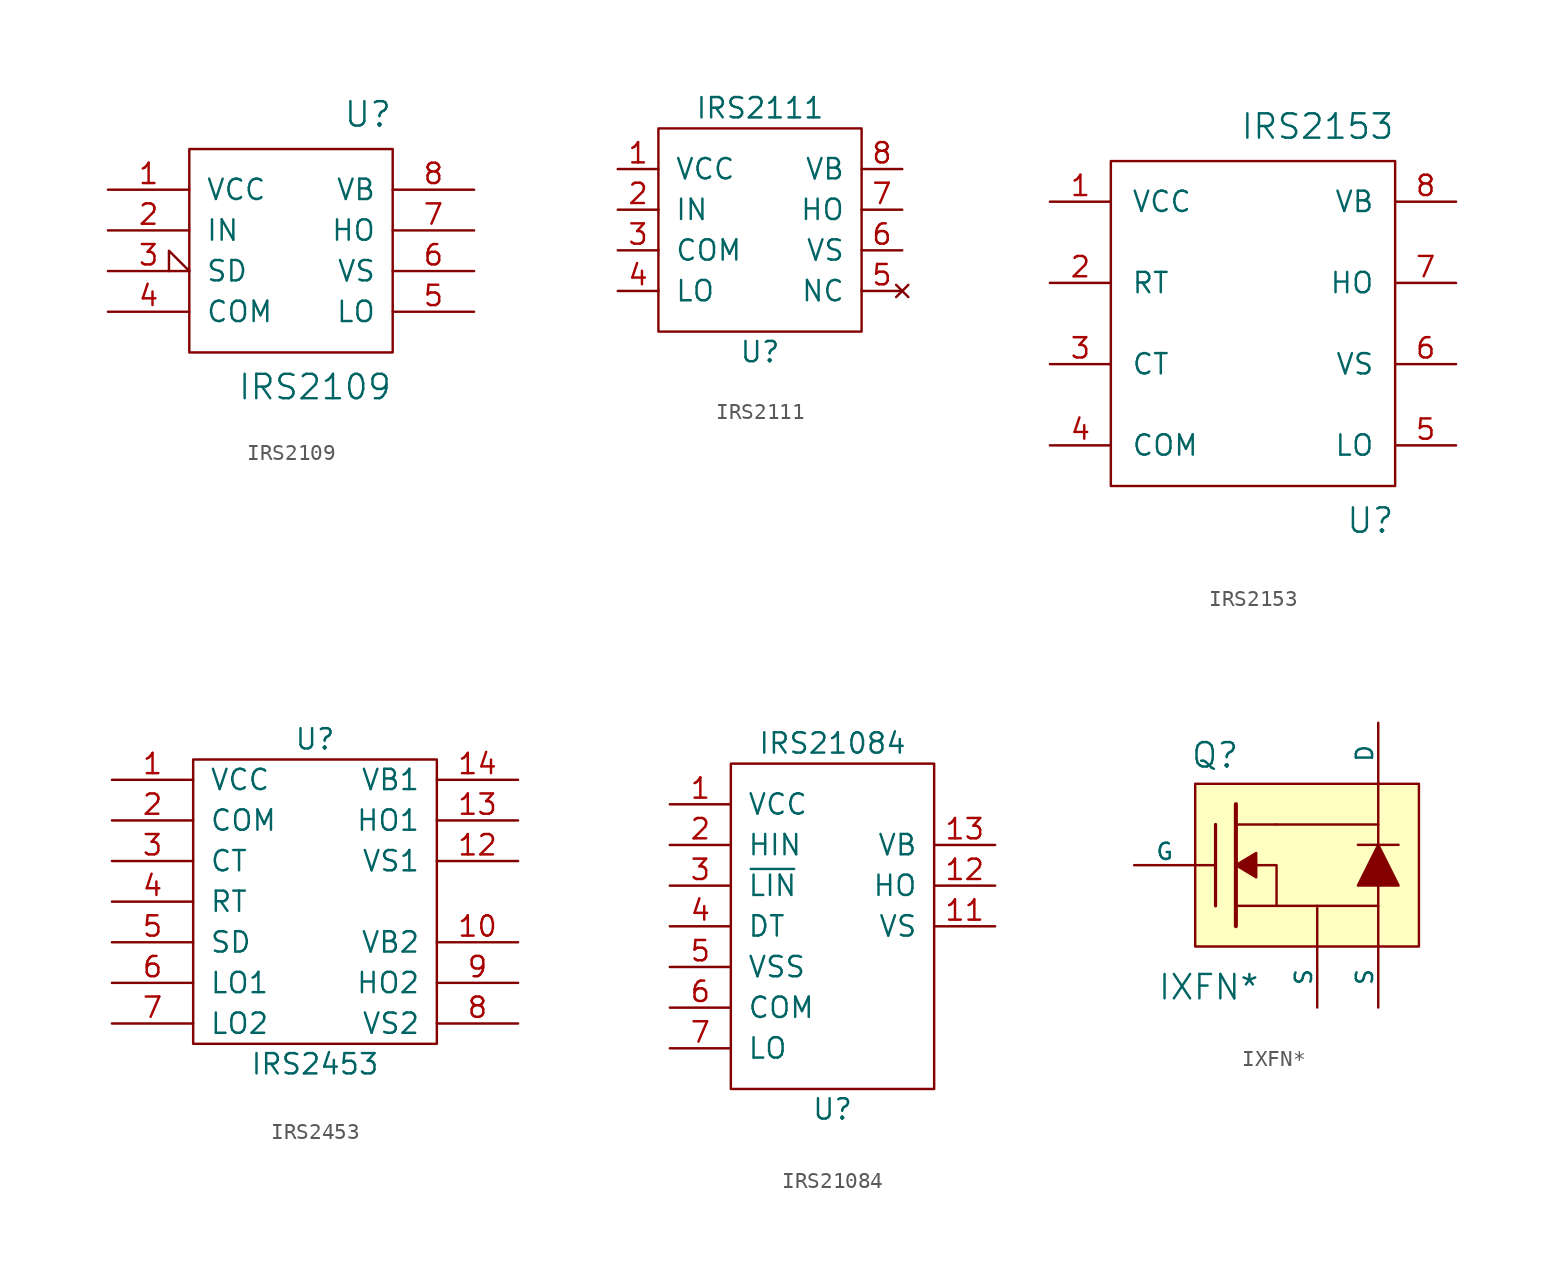
<source format=kicad_sym>
(kicad_symbol_lib
  (version 20211014)
  (generator kicad_symbol_editor)
  (symbol "IRS2109"
    (pin_names
      (offset 1.016))
    (property "Reference" "U"
      (at 6.35 7.62 0)
      (effects (font (size 1.524 1.524)) (justify right bottom)))
    (property "Value" "IRS2109"
      (at 6.35 -7.62 0)
      (effects (font (size 1.524 1.524)) (justify right top)))
    (property "Footprint" ""
      (at 0 -1.27 0)
      (effects (font (size 1.524 1.524))))
    (property "Datasheet" ""
      (at 0 -1.27 0)
      (effects (font (size 1.524 1.524))))
    (symbol "IRS2109_0_1"
      (rectangle (start -6.35 6.35) (end 6.35 -6.35) (stroke (width 0) (type default) (color 0 0 0 0)) (fill (type none))))
    (symbol "IRS2109_1_1"
      (pin power_in line (at -11.43 3.81 0) (length 5.08) (name "VCC" (effects (font (size 1.27 1.27)))) (number "1" (effects (font (size 1.27 1.27)))))
      (pin input line (at -11.43 1.27 0) (length 5.08) (name "IN" (effects (font (size 1.27 1.27)))) (number "2" (effects (font (size 1.27 1.27)))))
      (pin input input_low (at -11.43 -1.27 0) (length 5.08) (name "SD" (effects (font (size 1.27 1.27)))) (number "3" (effects (font (size 1.27 1.27)))))
      (pin power_in line (at -11.43 -3.81 0) (length 5.08) (name "COM" (effects (font (size 1.27 1.27)))) (number "4" (effects (font (size 1.27 1.27)))))
      (pin output line (at 11.43 -3.81 180) (length 5.08) (name "LO" (effects (font (size 1.27 1.27)))) (number "5" (effects (font (size 1.27 1.27)))))
      (pin power_in line (at 11.43 -1.27 180) (length 5.08) (name "VS" (effects (font (size 1.27 1.27)))) (number "6" (effects (font (size 1.27 1.27)))))
      (pin output line (at 11.43 1.27 180) (length 5.08) (name "HO" (effects (font (size 1.27 1.27)))) (number "7" (effects (font (size 1.27 1.27)))))
      (pin power_in line (at 11.43 3.81 180) (length 5.08) (name "VB" (effects (font (size 1.27 1.27)))) (number "8" (effects (font (size 1.27 1.27)))))))
  (symbol "IRS2111"
    (pin_names
      (offset 1.016))
    (property "Reference" "U"
      (at 0 -6.35 0)
      (effects (font (size 1.27 1.27))))
    (property "Value" "IRS2111"
      (at 0 8.89 0)
      (effects (font (size 1.27 1.27))))
    (symbol "IRS2111_0_1"
      (rectangle (start -6.35 7.62) (end 6.35 -5.08) (stroke (width 0) (type default) (color 0 0 0 0)) (fill (type none))))
    (symbol "IRS2111_1_1"
      (pin power_in line (at -8.89 5.08 0) (length 2.54) (name "VCC" (effects (font (size 1.27 1.27)))) (number "1" (effects (font (size 1.27 1.27)))))
      (pin input line (at -8.89 2.54 0) (length 2.54) (name "IN" (effects (font (size 1.27 1.27)))) (number "2" (effects (font (size 1.27 1.27)))))
      (pin power_out line (at -8.89 0 0) (length 2.54) (name "COM" (effects (font (size 1.27 1.27)))) (number "3" (effects (font (size 1.27 1.27)))))
      (pin output line (at -8.89 -2.54 0) (length 2.54) (name "LO" (effects (font (size 1.27 1.27)))) (number "4" (effects (font (size 1.27 1.27)))))
      (pin no_connect line (at 8.89 -2.54 180) (length 2.54) (name "NC" (effects (font (size 1.27 1.27)))) (number "5" (effects (font (size 1.27 1.27)))))
      (pin power_out line (at 8.89 0 180) (length 2.54) (name "VS" (effects (font (size 1.27 1.27)))) (number "6" (effects (font (size 1.27 1.27)))))
      (pin output line (at 8.89 2.54 180) (length 2.54) (name "HO" (effects (font (size 1.27 1.27)))) (number "7" (effects (font (size 1.27 1.27)))))
      (pin power_in line (at 8.89 5.08 180) (length 2.54) (name "VB" (effects (font (size 1.27 1.27)))) (number "8" (effects (font (size 1.27 1.27)))))))
  (symbol "IRS2153"
    (pin_names
      (offset 1.27))
    (property "Reference" "U"
      (at 8.89 -11.43 0)
      (effects (font (size 1.524 1.524)) (justify right top)))
    (property "Value" "IRS2153"
      (at 8.89 11.43 0)
      (effects (font (size 1.524 1.524)) (justify right bottom)))
    (property "Footprint" ""
      (at 0 0 0)
      (effects (font (size 1.524 1.524))))
    (property "Datasheet" ""
      (at 0 0 0)
      (effects (font (size 1.524 1.524))))
    (symbol "IRS2153_0_1"
      (rectangle (start -8.89 -10.16) (end 8.89 10.16) (stroke (width 0) (type default) (color 0 0 0 0)) (fill (type none))))
    (symbol "IRS2153_1_1"
      (pin power_in line (at -12.7 7.62 0) (length 3.81) (name "VCC" (effects (font (size 1.27 1.27)))) (number "1" (effects (font (size 1.27 1.27)))))
      (pin output line (at -12.7 2.54 0) (length 3.81) (name "RT" (effects (font (size 1.27 1.27)))) (number "2" (effects (font (size 1.27 1.27)))))
      (pin input line (at -12.7 -2.54 0) (length 3.81) (name "CT" (effects (font (size 1.27 1.27)))) (number "3" (effects (font (size 1.27 1.27)))))
      (pin power_out line (at -12.7 -7.62 0) (length 3.81) (name "COM" (effects (font (size 1.27 1.27)))) (number "4" (effects (font (size 1.27 1.27)))))
      (pin output line (at 12.7 -7.62 180) (length 3.81) (name "LO" (effects (font (size 1.27 1.27)))) (number "5" (effects (font (size 1.27 1.27)))))
      (pin power_in line (at 12.7 -2.54 180) (length 3.81) (name "VS" (effects (font (size 1.27 1.27)))) (number "6" (effects (font (size 1.27 1.27)))))
      (pin output line (at 12.7 2.54 180) (length 3.81) (name "HO" (effects (font (size 1.27 1.27)))) (number "7" (effects (font (size 1.27 1.27)))))
      (pin power_in line (at 12.7 7.62 180) (length 3.81) (name "VB" (effects (font (size 1.27 1.27)))) (number "8" (effects (font (size 1.27 1.27)))))))
  (symbol "IRS2453"
    (pin_names
      (offset 1.016))
    (property "Reference" "U"
      (at 0 10.16 0)
      (effects (font (size 1.27 1.27))))
    (property "Value" "IRS2453"
      (at 0 -10.16 0)
      (effects (font (size 1.27 1.27))))
    (symbol "IRS2453_0_1"
      (rectangle (start -7.62 8.89) (end 7.62 -8.89) (stroke (width 0) (type default) (color 0 0 0 0)) (fill (type none))))
    (symbol "IRS2453_1_1"
      (pin power_in line (at -12.7 7.62 0) (length 5.08) (name "VCC" (effects (font (size 1.27 1.27)))) (number "1" (effects (font (size 1.27 1.27)))))
      (pin power_in line (at 12.7 -2.54 180) (length 5.08) (name "VB2" (effects (font (size 1.27 1.27)))) (number "10" (effects (font (size 1.27 1.27)))))
      (pin no_connect line (at 12.7 0 180) (length 5.08) hide (name "NC" (effects (font (size 1.27 1.27)))) (number "11" (effects (font (size 1.27 1.27)))))
      (pin bidirectional line (at 12.7 2.54 180) (length 5.08) (name "VS1" (effects (font (size 1.27 1.27)))) (number "12" (effects (font (size 1.27 1.27)))))
      (pin output line (at 12.7 5.08 180) (length 5.08) (name "HO1" (effects (font (size 1.27 1.27)))) (number "13" (effects (font (size 1.27 1.27)))))
      (pin power_in line (at 12.7 7.62 180) (length 5.08) (name "VB1" (effects (font (size 1.27 1.27)))) (number "14" (effects (font (size 1.27 1.27)))))
      (pin power_out line (at -12.7 5.08 0) (length 5.08) (name "COM" (effects (font (size 1.27 1.27)))) (number "2" (effects (font (size 1.27 1.27)))))
      (pin input line (at -12.7 2.54 0) (length 5.08) (name "CT" (effects (font (size 1.27 1.27)))) (number "3" (effects (font (size 1.27 1.27)))))
      (pin input line (at -12.7 0 0) (length 5.08) (name "RT" (effects (font (size 1.27 1.27)))) (number "4" (effects (font (size 1.27 1.27)))))
      (pin input line (at -12.7 -2.54 0) (length 5.08) (name "SD" (effects (font (size 1.27 1.27)))) (number "5" (effects (font (size 1.27 1.27)))))
      (pin output line (at -12.7 -5.08 0) (length 5.08) (name "LO1" (effects (font (size 1.27 1.27)))) (number "6" (effects (font (size 1.27 1.27)))))
      (pin output line (at -12.7 -7.62 0) (length 5.08) (name "LO2" (effects (font (size 1.27 1.27)))) (number "7" (effects (font (size 1.27 1.27)))))
      (pin bidirectional line (at 12.7 -7.62 180) (length 5.08) (name "VS2" (effects (font (size 1.27 1.27)))) (number "8" (effects (font (size 1.27 1.27)))))
      (pin output line (at 12.7 -5.08 180) (length 5.08) (name "HO2" (effects (font (size 1.27 1.27)))) (number "9" (effects (font (size 1.27 1.27)))))))
  (symbol "IRS21084"
    (pin_names
      (offset 1.016))
    (property "Reference" "U"
      (at 0 -11.43 0)
      (effects (font (size 1.27 1.27))))
    (property "Value" "IRS21084"
      (at 0 11.43 0)
      (effects (font (size 1.27 1.27))))
    (symbol "IRS21084_0_1"
      (rectangle (start -6.35 10.16) (end 6.35 -10.16) (stroke (width 0) (type default) (color 0 0 0 0)) (fill (type none))))
    (symbol "IRS21084_1_1"
      (pin power_in line (at -10.16 7.62 0) (length 3.81) (name "VCC" (effects (font (size 1.27 1.27)))) (number "1" (effects (font (size 1.27 1.27)))))
      (pin no_connect line (at 10.16 -2.54 180) (length 3.81) hide (name "NC" (effects (font (size 1.27 1.27)))) (number "10" (effects (font (size 1.27 1.27)))))
      (pin power_out line (at 10.16 0 180) (length 3.81) (name "VS" (effects (font (size 1.27 1.27)))) (number "11" (effects (font (size 1.27 1.27)))))
      (pin output line (at 10.16 2.54 180) (length 3.81) (name "HO" (effects (font (size 1.27 1.27)))) (number "12" (effects (font (size 1.27 1.27)))))
      (pin power_in line (at 10.16 5.08 180) (length 3.81) (name "VB" (effects (font (size 1.27 1.27)))) (number "13" (effects (font (size 1.27 1.27)))))
      (pin no_connect line (at 10.16 7.62 180) (length 3.81) hide (name "NC" (effects (font (size 1.27 1.27)))) (number "14" (effects (font (size 1.27 1.27)))))
      (pin input line (at -10.16 5.08 0) (length 3.81) (name "HIN" (effects (font (size 1.27 1.27)))) (number "2" (effects (font (size 1.27 1.27)))))
      (pin input line (at -10.16 2.54 0) (length 3.81) (name "~{LIN}" (effects (font (size 1.27 1.27)))) (number "3" (effects (font (size 1.27 1.27)))))
      (pin input line (at -10.16 0 0) (length 3.81) (name "DT" (effects (font (size 1.27 1.27)))) (number "4" (effects (font (size 1.27 1.27)))))
      (pin power_out line (at -10.16 -2.54 0) (length 3.81) (name "VSS" (effects (font (size 1.27 1.27)))) (number "5" (effects (font (size 1.27 1.27)))))
      (pin power_out line (at -10.16 -5.08 0) (length 3.81) (name "COM" (effects (font (size 1.27 1.27)))) (number "6" (effects (font (size 1.27 1.27)))))
      (pin output line (at -10.16 -7.62 0) (length 3.81) (name "LO" (effects (font (size 1.27 1.27)))) (number "7" (effects (font (size 1.27 1.27)))))
      (pin no_connect line (at 10.16 -7.62 180) (length 3.81) hide (name "NC" (effects (font (size 1.27 1.27)))) (number "8" (effects (font (size 1.27 1.27)))))
      (pin no_connect line (at 10.16 -5.08 180) (length 3.81) hide (name "NC" (effects (font (size 1.27 1.27)))) (number "9" (effects (font (size 1.27 1.27)))))))
  (symbol "IXFN*"
    (pin_numbers hide)
    (pin_names
      (offset 0))
    (property "Reference" "Q"
      (at 0.254 6.858 0)
      (effects (font (size 1.524 1.524)) (justify right)))
    (property "Value" "IXFN*"
      (at 1.524 -7.62 0)
      (effects (font (size 1.524 1.524)) (justify right)))
    (property "Footprint" ""
      (at 0 0 0)
      (effects (font (size 1.524 1.524))))
    (property "Datasheet" ""
      (at 0 0 0)
      (effects (font (size 1.524 1.524))))
    (symbol "IXFN*_0_1"
      (rectangle (start -2.54 5.08) (end 11.43 -5.08) (stroke (width 0) (type default) (color 0 0 0 0)) (fill (type background)))
      (polyline (pts (xy -2.54 0) (xy -1.27 0)) (stroke (width 0) (type default) (color 0 0 0 0)) (fill (type none)))
      (polyline (pts (xy -1.27 -2.54) (xy -1.27 2.54)) (stroke (width 0.203) (type default) (color 0 0 0 0)) (fill (type none)))
      (polyline (pts (xy 0 -3.81) (xy 0 3.81)) (stroke (width 0.254) (type default) (color 0 0 0 0)) (fill (type none)))
      (polyline (pts (xy 2.54 -2.54) (xy 0 -2.54)) (stroke (width 0) (type default) (color 0 0 0 0)) (fill (type none)))
      (polyline (pts (xy 2.54 2.54) (xy 0 2.54)) (stroke (width 0) (type default) (color 0 0 0 0)) (fill (type none)))
      (polyline (pts (xy 5.08 -5.08) (xy 5.08 -2.54)) (stroke (width 0) (type default) (color 0 0 0 0)) (fill (type none)))
      (polyline (pts (xy 7.62 1.27) (xy 10.16 1.27)) (stroke (width 0) (type default) (color 0 0 0 0)) (fill (type none)))
      (polyline (pts (xy 8.89 -5.08) (xy 8.89 -2.54)) (stroke (width 0) (type default) (color 0 0 0 0)) (fill (type none)))
      (polyline (pts (xy 8.89 2.54) (xy 8.89 5.08)) (stroke (width 0) (type default) (color 0 0 0 0)) (fill (type none)))
      (polyline (pts (xy 2.54 -2.54) (xy 2.54 0) (xy 1.27 0)) (stroke (width 0) (type default) (color 0 0 0 0)) (fill (type none)))
      (polyline (pts (xy 2.54 -2.54) (xy 8.89 -2.54) (xy 8.89 -1.27)) (stroke (width 0) (type default) (color 0 0 0 0)) (fill (type none)))
      (polyline (pts (xy 8.89 1.27) (xy 8.89 2.54) (xy 2.54 2.54)) (stroke (width 0) (type default) (color 0 0 0 0)) (fill (type none)))
      (polyline (pts (xy 7.62 -1.27) (xy 8.89 1.27) (xy 10.16 -1.27) (xy 7.62 -1.27)) (stroke (width 0) (type default) (color 0 0 0 0)) (fill (type outline)))
      (polyline (pts (xy 1.27 0.762) (xy 1.27 -0.762) (xy 0 0) (xy 1.27 0.762) (xy 1.27 0.762)) (stroke (width 0) (type default) (color 0 0 0 0)) (fill (type outline))))
    (symbol "IXFN*_1_1"
      (pin passive line (at 5.08 -8.89 90) (length 3.81) (name "S" (effects (font (size 1.016 1.016)))) (number "1" (effects (font (size 1.016 1.016)))))
      (pin input line (at -6.35 0 0) (length 3.81) (name "G" (effects (font (size 1.016 1.016)))) (number "2" (effects (font (size 1.016 1.016)))))
      (pin passive line (at 8.89 8.89 270) (length 3.81) (name "D" (effects (font (size 1.016 1.016)))) (number "3" (effects (font (size 1.016 1.016)))))
      (pin input line (at 8.89 -8.89 90) (length 3.81) (name "S" (effects (font (size 1.016 1.016)))) (number "4" (effects (font (size 1.016 1.016))))))))
</source>
